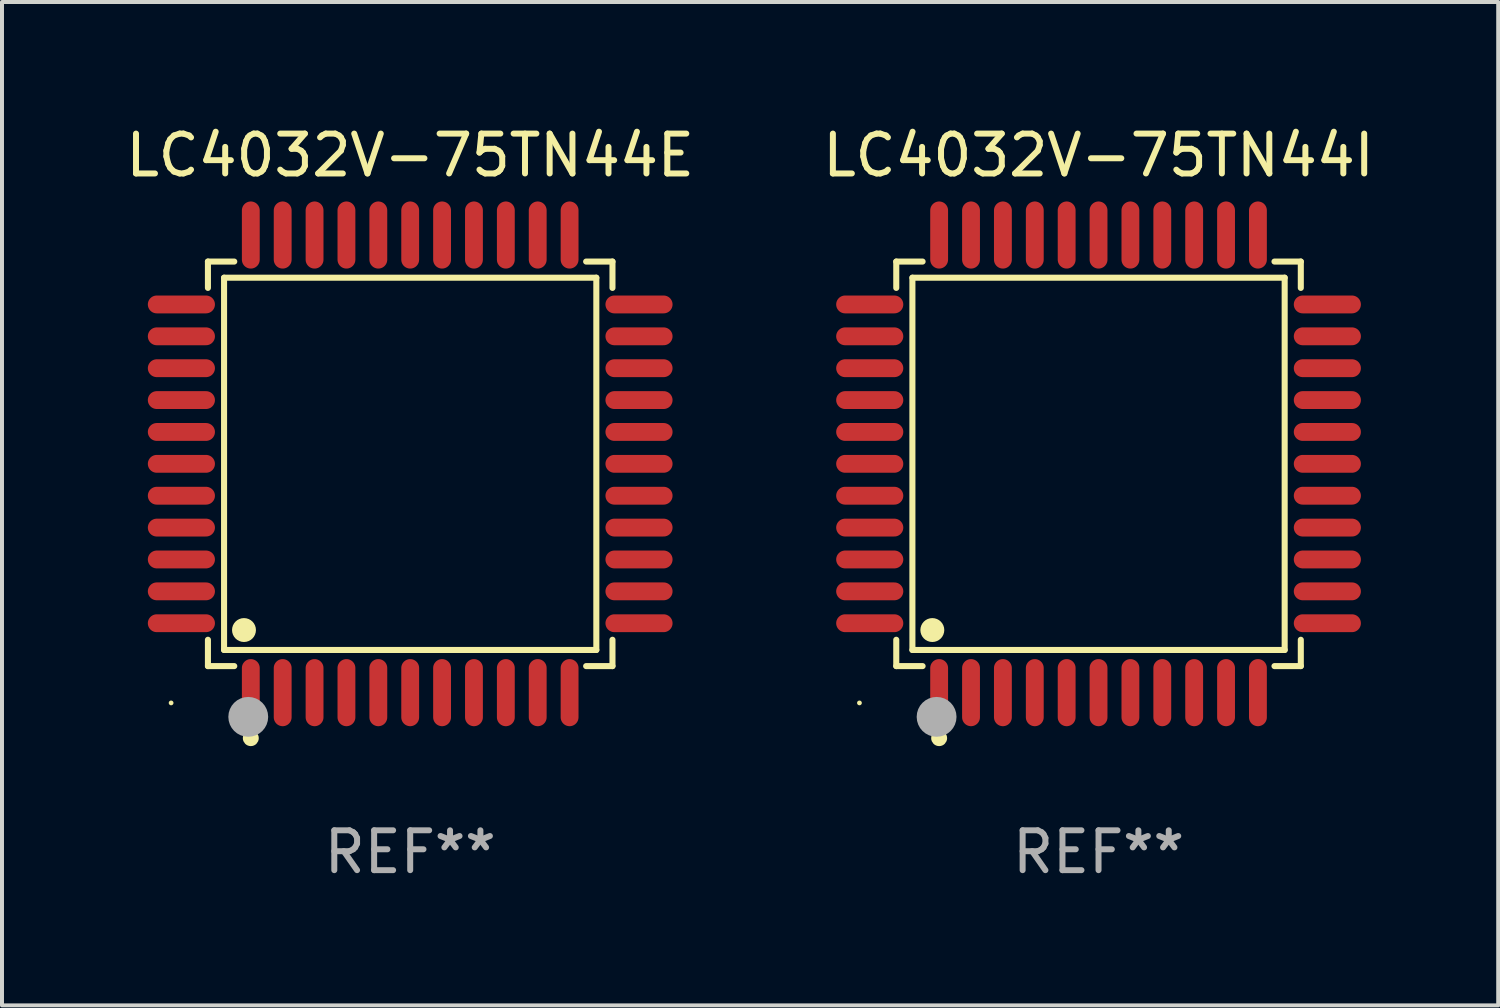
<source format=kicad_pcb>
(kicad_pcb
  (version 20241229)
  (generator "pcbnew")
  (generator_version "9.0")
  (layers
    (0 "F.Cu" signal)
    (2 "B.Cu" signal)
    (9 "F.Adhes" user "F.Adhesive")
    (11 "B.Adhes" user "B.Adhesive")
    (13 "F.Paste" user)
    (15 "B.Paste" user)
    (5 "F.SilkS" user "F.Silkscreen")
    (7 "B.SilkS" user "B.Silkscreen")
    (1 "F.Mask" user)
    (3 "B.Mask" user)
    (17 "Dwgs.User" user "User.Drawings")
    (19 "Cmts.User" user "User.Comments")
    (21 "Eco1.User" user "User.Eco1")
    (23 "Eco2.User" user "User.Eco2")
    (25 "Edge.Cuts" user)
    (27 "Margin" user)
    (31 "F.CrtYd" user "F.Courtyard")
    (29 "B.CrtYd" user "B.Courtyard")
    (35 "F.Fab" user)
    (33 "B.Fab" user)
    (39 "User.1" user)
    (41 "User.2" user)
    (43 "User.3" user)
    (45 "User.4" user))
  (footprint "LC4032V-75TN44I"
    (layer "F.Cu")
    (at 24.518 8.59)
    (property "Reference" "LC4032V-75TN44I" (at 0 -7.742 0) (layer "F.SilkS") (effects (font (size 1 1) (thickness 0.15))))
    (attr through_hole)
    (fp_line (start -5.076 -5.076) (end -4.415 -5.076) (stroke (width 0.152) (type solid)) (layer "F.SilkS"))
    (fp_line (start -5.076 -4.415) (end -5.076 -5.076) (stroke (width 0.152) (type solid)) (layer "F.SilkS"))
    (fp_line (start -5.076 4.415) (end -5.076 5.076) (stroke (width 0.152) (type solid)) (layer "F.SilkS"))
    (fp_line (start -5.076 5.076) (end -4.415 5.076) (stroke (width 0.152) (type solid)) (layer "F.SilkS"))
    (fp_line (start -4.671 -4.671) (end 4.671 -4.671) (stroke (width 0.152) (type solid)) (layer "F.SilkS"))
    (fp_line (start -4.671 4.671) (end -4.671 -4.671) (stroke (width 0.152) (type solid)) (layer "F.SilkS"))
    (fp_line (start 4.671 -4.671) (end 4.671 4.671) (stroke (width 0.152) (type solid)) (layer "F.SilkS"))
    (fp_line (start 4.671 4.671) (end -4.671 4.671) (stroke (width 0.152) (type solid)) (layer "F.SilkS"))
    (fp_line (start 5.076 -5.076) (end 4.415 -5.076) (stroke (width 0.152) (type solid)) (layer "F.SilkS"))
    (fp_line (start 5.076 -4.415) (end 5.076 -5.076) (stroke (width 0.152) (type solid)) (layer "F.SilkS"))
    (fp_line (start 5.076 4.415) (end 5.076 5.076) (stroke (width 0.152) (type solid)) (layer "F.SilkS"))
    (fp_line (start 5.076 5.076) (end 4.415 5.076) (stroke (width 0.152) (type solid)) (layer "F.SilkS"))
    (fp_circle (center -6 6) (end -5.97 6) (stroke (width 0.06) (type solid)) (fill no) (layer "F.SilkS"))
    (fp_circle (center -4.171 4.171) (end -4.021 4.171) (stroke (width 0.3) (type solid)) (fill no) (layer "F.SilkS"))
    (fp_circle (center -4 6.884) (end -3.9 6.884) (stroke (width 0.2) (type solid)) (fill no) (layer "F.SilkS"))
    (fp_circle (center -4.064 6.35) (end -3.814 6.35) (stroke (width 0.5) (type solid)) (fill no) (layer "F.Fab"))
    (fp_text user "REF**" (at 0 9.742 0) (layer "F.Fab") (effects (font (size 1 1) (thickness 0.15))))
    (pad "1" smd oval (at -4 5.742) (size 0.448 1.684) (layers "F.Cu" "F.Mask" "F.Paste"))
    (pad "2" smd oval (at -3.2 5.742) (size 0.448 1.684) (layers "F.Cu" "F.Mask" "F.Paste"))
    (pad "3" smd oval (at -2.4 5.742) (size 0.448 1.684) (layers "F.Cu" "F.Mask" "F.Paste"))
    (pad "4" smd oval (at -1.6 5.742) (size 0.448 1.684) (layers "F.Cu" "F.Mask" "F.Paste"))
    (pad "5" smd oval (at -0.8 5.742) (size 0.448 1.684) (layers "F.Cu" "F.Mask" "F.Paste"))
    (pad "6" smd oval (at 0 5.742) (size 0.448 1.684) (layers "F.Cu" "F.Mask" "F.Paste"))
    (pad "7" smd oval (at 0.8 5.742) (size 0.448 1.684) (layers "F.Cu" "F.Mask" "F.Paste"))
    (pad "8" smd oval (at 1.6 5.742) (size 0.448 1.684) (layers "F.Cu" "F.Mask" "F.Paste"))
    (pad "9" smd oval (at 2.4 5.742) (size 0.448 1.684) (layers "F.Cu" "F.Mask" "F.Paste"))
    (pad "10" smd oval (at 3.2 5.742) (size 0.448 1.684) (layers "F.Cu" "F.Mask" "F.Paste"))
    (pad "11" smd oval (at 4 5.742) (size 0.448 1.684) (layers "F.Cu" "F.Mask" "F.Paste"))
    (pad "12" smd oval (at 5.742 4) (size 1.684 0.448) (layers "F.Cu" "F.Mask" "F.Paste"))
    (pad "13" smd oval (at 5.742 3.2) (size 1.684 0.448) (layers "F.Cu" "F.Mask" "F.Paste"))
    (pad "14" smd oval (at 5.742 2.4) (size 1.684 0.448) (layers "F.Cu" "F.Mask" "F.Paste"))
    (pad "15" smd oval (at 5.742 1.6) (size 1.684 0.448) (layers "F.Cu" "F.Mask" "F.Paste"))
    (pad "16" smd oval (at 5.742 0.8) (size 1.684 0.448) (layers "F.Cu" "F.Mask" "F.Paste"))
    (pad "17" smd oval (at 5.742 0) (size 1.684 0.448) (layers "F.Cu" "F.Mask" "F.Paste"))
    (pad "18" smd oval (at 5.742 -0.8) (size 1.684 0.448) (layers "F.Cu" "F.Mask" "F.Paste"))
    (pad "19" smd oval (at 5.742 -1.6) (size 1.684 0.448) (layers "F.Cu" "F.Mask" "F.Paste"))
    (pad "20" smd oval (at 5.742 -2.4) (size 1.684 0.448) (layers "F.Cu" "F.Mask" "F.Paste"))
    (pad "21" smd oval (at 5.742 -3.2) (size 1.684 0.448) (layers "F.Cu" "F.Mask" "F.Paste"))
    (pad "22" smd oval (at 5.742 -4) (size 1.684 0.448) (layers "F.Cu" "F.Mask" "F.Paste"))
    (pad "23" smd oval (at 4 -5.742) (size 0.448 1.684) (layers "F.Cu" "F.Mask" "F.Paste"))
    (pad "24" smd oval (at 3.2 -5.742) (size 0.448 1.684) (layers "F.Cu" "F.Mask" "F.Paste"))
    (pad "25" smd oval (at 2.4 -5.742) (size 0.448 1.684) (layers "F.Cu" "F.Mask" "F.Paste"))
    (pad "26" smd oval (at 1.6 -5.742) (size 0.448 1.684) (layers "F.Cu" "F.Mask" "F.Paste"))
    (pad "27" smd oval (at 0.8 -5.742) (size 0.448 1.684) (layers "F.Cu" "F.Mask" "F.Paste"))
    (pad "28" smd oval (at 0 -5.742) (size 0.448 1.684) (layers "F.Cu" "F.Mask" "F.Paste"))
    (pad "29" smd oval (at -0.8 -5.742) (size 0.448 1.684) (layers "F.Cu" "F.Mask" "F.Paste"))
    (pad "30" smd oval (at -1.6 -5.742) (size 0.448 1.684) (layers "F.Cu" "F.Mask" "F.Paste"))
    (pad "31" smd oval (at -2.4 -5.742) (size 0.448 1.684) (layers "F.Cu" "F.Mask" "F.Paste"))
    (pad "32" smd oval (at -3.2 -5.742) (size 0.448 1.684) (layers "F.Cu" "F.Mask" "F.Paste"))
    (pad "33" smd oval (at -4 -5.742) (size 0.448 1.684) (layers "F.Cu" "F.Mask" "F.Paste"))
    (pad "34" smd oval (at -5.742 -4) (size 1.684 0.448) (layers "F.Cu" "F.Mask" "F.Paste"))
    (pad "35" smd oval (at -5.742 -3.2) (size 1.684 0.448) (layers "F.Cu" "F.Mask" "F.Paste"))
    (pad "36" smd oval (at -5.742 -2.4) (size 1.684 0.448) (layers "F.Cu" "F.Mask" "F.Paste"))
    (pad "37" smd oval (at -5.742 -1.6) (size 1.684 0.448) (layers "F.Cu" "F.Mask" "F.Paste"))
    (pad "38" smd oval (at -5.742 -0.8) (size 1.684 0.448) (layers "F.Cu" "F.Mask" "F.Paste"))
    (pad "39" smd oval (at -5.742 0) (size 1.684 0.448) (layers "F.Cu" "F.Mask" "F.Paste"))
    (pad "40" smd oval (at -5.742 0.8) (size 1.684 0.448) (layers "F.Cu" "F.Mask" "F.Paste"))
    (pad "41" smd oval (at -5.742 1.6) (size 1.684 0.448) (layers "F.Cu" "F.Mask" "F.Paste"))
    (pad "42" smd oval (at -5.742 2.4) (size 1.684 0.448) (layers "F.Cu" "F.Mask" "F.Paste"))
    (pad "43" smd oval (at -5.742 3.2) (size 1.684 0.448) (layers "F.Cu" "F.Mask" "F.Paste"))
    (pad "44" smd oval (at -5.742 4) (size 1.684 0.448) (layers "F.Cu" "F.Mask" "F.Paste")))
  (footprint "LC4032V-75TN44E"
    (layer "F.Cu")
    (at 7.244 8.59)
    (property "Reference" "LC4032V-75TN44E" (at 0 -7.742 0) (layer "F.SilkS") (effects (font (size 1 1) (thickness 0.15))))
    (attr through_hole)
    (fp_line (start -5.076 -5.076) (end -4.415 -5.076) (stroke (width 0.152) (type solid)) (layer "F.SilkS"))
    (fp_line (start -5.076 -4.415) (end -5.076 -5.076) (stroke (width 0.152) (type solid)) (layer "F.SilkS"))
    (fp_line (start -5.076 4.415) (end -5.076 5.076) (stroke (width 0.152) (type solid)) (layer "F.SilkS"))
    (fp_line (start -5.076 5.076) (end -4.415 5.076) (stroke (width 0.152) (type solid)) (layer "F.SilkS"))
    (fp_line (start -4.671 -4.671) (end 4.671 -4.671) (stroke (width 0.152) (type solid)) (layer "F.SilkS"))
    (fp_line (start -4.671 4.671) (end -4.671 -4.671) (stroke (width 0.152) (type solid)) (layer "F.SilkS"))
    (fp_line (start 4.671 -4.671) (end 4.671 4.671) (stroke (width 0.152) (type solid)) (layer "F.SilkS"))
    (fp_line (start 4.671 4.671) (end -4.671 4.671) (stroke (width 0.152) (type solid)) (layer "F.SilkS"))
    (fp_line (start 5.076 -5.076) (end 4.415 -5.076) (stroke (width 0.152) (type solid)) (layer "F.SilkS"))
    (fp_line (start 5.076 -4.415) (end 5.076 -5.076) (stroke (width 0.152) (type solid)) (layer "F.SilkS"))
    (fp_line (start 5.076 4.415) (end 5.076 5.076) (stroke (width 0.152) (type solid)) (layer "F.SilkS"))
    (fp_line (start 5.076 5.076) (end 4.415 5.076) (stroke (width 0.152) (type solid)) (layer "F.SilkS"))
    (fp_circle (center -6 6) (end -5.97 6) (stroke (width 0.06) (type solid)) (fill no) (layer "F.SilkS"))
    (fp_circle (center -4.171 4.171) (end -4.021 4.171) (stroke (width 0.3) (type solid)) (fill no) (layer "F.SilkS"))
    (fp_circle (center -4 6.884) (end -3.9 6.884) (stroke (width 0.2) (type solid)) (fill no) (layer "F.SilkS"))
    (fp_circle (center -4.064 6.35) (end -3.814 6.35) (stroke (width 0.5) (type solid)) (fill no) (layer "F.Fab"))
    (fp_text user "REF**" (at 0 9.742 0) (layer "F.Fab") (effects (font (size 1 1) (thickness 0.15))))
    (pad "1" smd oval (at -4 5.742) (size 0.448 1.684) (layers "F.Cu" "F.Mask" "F.Paste"))
    (pad "2" smd oval (at -3.2 5.742) (size 0.448 1.684) (layers "F.Cu" "F.Mask" "F.Paste"))
    (pad "3" smd oval (at -2.4 5.742) (size 0.448 1.684) (layers "F.Cu" "F.Mask" "F.Paste"))
    (pad "4" smd oval (at -1.6 5.742) (size 0.448 1.684) (layers "F.Cu" "F.Mask" "F.Paste"))
    (pad "5" smd oval (at -0.8 5.742) (size 0.448 1.684) (layers "F.Cu" "F.Mask" "F.Paste"))
    (pad "6" smd oval (at 0 5.742) (size 0.448 1.684) (layers "F.Cu" "F.Mask" "F.Paste"))
    (pad "7" smd oval (at 0.8 5.742) (size 0.448 1.684) (layers "F.Cu" "F.Mask" "F.Paste"))
    (pad "8" smd oval (at 1.6 5.742) (size 0.448 1.684) (layers "F.Cu" "F.Mask" "F.Paste"))
    (pad "9" smd oval (at 2.4 5.742) (size 0.448 1.684) (layers "F.Cu" "F.Mask" "F.Paste"))
    (pad "10" smd oval (at 3.2 5.742) (size 0.448 1.684) (layers "F.Cu" "F.Mask" "F.Paste"))
    (pad "11" smd oval (at 4 5.742) (size 0.448 1.684) (layers "F.Cu" "F.Mask" "F.Paste"))
    (pad "12" smd oval (at 5.742 4) (size 1.684 0.448) (layers "F.Cu" "F.Mask" "F.Paste"))
    (pad "13" smd oval (at 5.742 3.2) (size 1.684 0.448) (layers "F.Cu" "F.Mask" "F.Paste"))
    (pad "14" smd oval (at 5.742 2.4) (size 1.684 0.448) (layers "F.Cu" "F.Mask" "F.Paste"))
    (pad "15" smd oval (at 5.742 1.6) (size 1.684 0.448) (layers "F.Cu" "F.Mask" "F.Paste"))
    (pad "16" smd oval (at 5.742 0.8) (size 1.684 0.448) (layers "F.Cu" "F.Mask" "F.Paste"))
    (pad "17" smd oval (at 5.742 0) (size 1.684 0.448) (layers "F.Cu" "F.Mask" "F.Paste"))
    (pad "18" smd oval (at 5.742 -0.8) (size 1.684 0.448) (layers "F.Cu" "F.Mask" "F.Paste"))
    (pad "19" smd oval (at 5.742 -1.6) (size 1.684 0.448) (layers "F.Cu" "F.Mask" "F.Paste"))
    (pad "20" smd oval (at 5.742 -2.4) (size 1.684 0.448) (layers "F.Cu" "F.Mask" "F.Paste"))
    (pad "21" smd oval (at 5.742 -3.2) (size 1.684 0.448) (layers "F.Cu" "F.Mask" "F.Paste"))
    (pad "22" smd oval (at 5.742 -4) (size 1.684 0.448) (layers "F.Cu" "F.Mask" "F.Paste"))
    (pad "23" smd oval (at 4 -5.742) (size 0.448 1.684) (layers "F.Cu" "F.Mask" "F.Paste"))
    (pad "24" smd oval (at 3.2 -5.742) (size 0.448 1.684) (layers "F.Cu" "F.Mask" "F.Paste"))
    (pad "25" smd oval (at 2.4 -5.742) (size 0.448 1.684) (layers "F.Cu" "F.Mask" "F.Paste"))
    (pad "26" smd oval (at 1.6 -5.742) (size 0.448 1.684) (layers "F.Cu" "F.Mask" "F.Paste"))
    (pad "27" smd oval (at 0.8 -5.742) (size 0.448 1.684) (layers "F.Cu" "F.Mask" "F.Paste"))
    (pad "28" smd oval (at 0 -5.742) (size 0.448 1.684) (layers "F.Cu" "F.Mask" "F.Paste"))
    (pad "29" smd oval (at -0.8 -5.742) (size 0.448 1.684) (layers "F.Cu" "F.Mask" "F.Paste"))
    (pad "30" smd oval (at -1.6 -5.742) (size 0.448 1.684) (layers "F.Cu" "F.Mask" "F.Paste"))
    (pad "31" smd oval (at -2.4 -5.742) (size 0.448 1.684) (layers "F.Cu" "F.Mask" "F.Paste"))
    (pad "32" smd oval (at -3.2 -5.742) (size 0.448 1.684) (layers "F.Cu" "F.Mask" "F.Paste"))
    (pad "33" smd oval (at -4 -5.742) (size 0.448 1.684) (layers "F.Cu" "F.Mask" "F.Paste"))
    (pad "34" smd oval (at -5.742 -4) (size 1.684 0.448) (layers "F.Cu" "F.Mask" "F.Paste"))
    (pad "35" smd oval (at -5.742 -3.2) (size 1.684 0.448) (layers "F.Cu" "F.Mask" "F.Paste"))
    (pad "36" smd oval (at -5.742 -2.4) (size 1.684 0.448) (layers "F.Cu" "F.Mask" "F.Paste"))
    (pad "37" smd oval (at -5.742 -1.6) (size 1.684 0.448) (layers "F.Cu" "F.Mask" "F.Paste"))
    (pad "38" smd oval (at -5.742 -0.8) (size 1.684 0.448) (layers "F.Cu" "F.Mask" "F.Paste"))
    (pad "39" smd oval (at -5.742 0) (size 1.684 0.448) (layers "F.Cu" "F.Mask" "F.Paste"))
    (pad "40" smd oval (at -5.742 0.8) (size 1.684 0.448) (layers "F.Cu" "F.Mask" "F.Paste"))
    (pad "41" smd oval (at -5.742 1.6) (size 1.684 0.448) (layers "F.Cu" "F.Mask" "F.Paste"))
    (pad "42" smd oval (at -5.742 2.4) (size 1.684 0.448) (layers "F.Cu" "F.Mask" "F.Paste"))
    (pad "43" smd oval (at -5.742 3.2) (size 1.684 0.448) (layers "F.Cu" "F.Mask" "F.Paste"))
    (pad "44" smd oval (at -5.742 4) (size 1.684 0.448) (layers "F.Cu" "F.Mask" "F.Paste")))
  (gr_rect
    (start -3 -3)
    (end 34.548 22.18)
    (stroke (width 0.1) (type default))
    (fill no)
    (layer "Edge.Cuts")))
</source>
